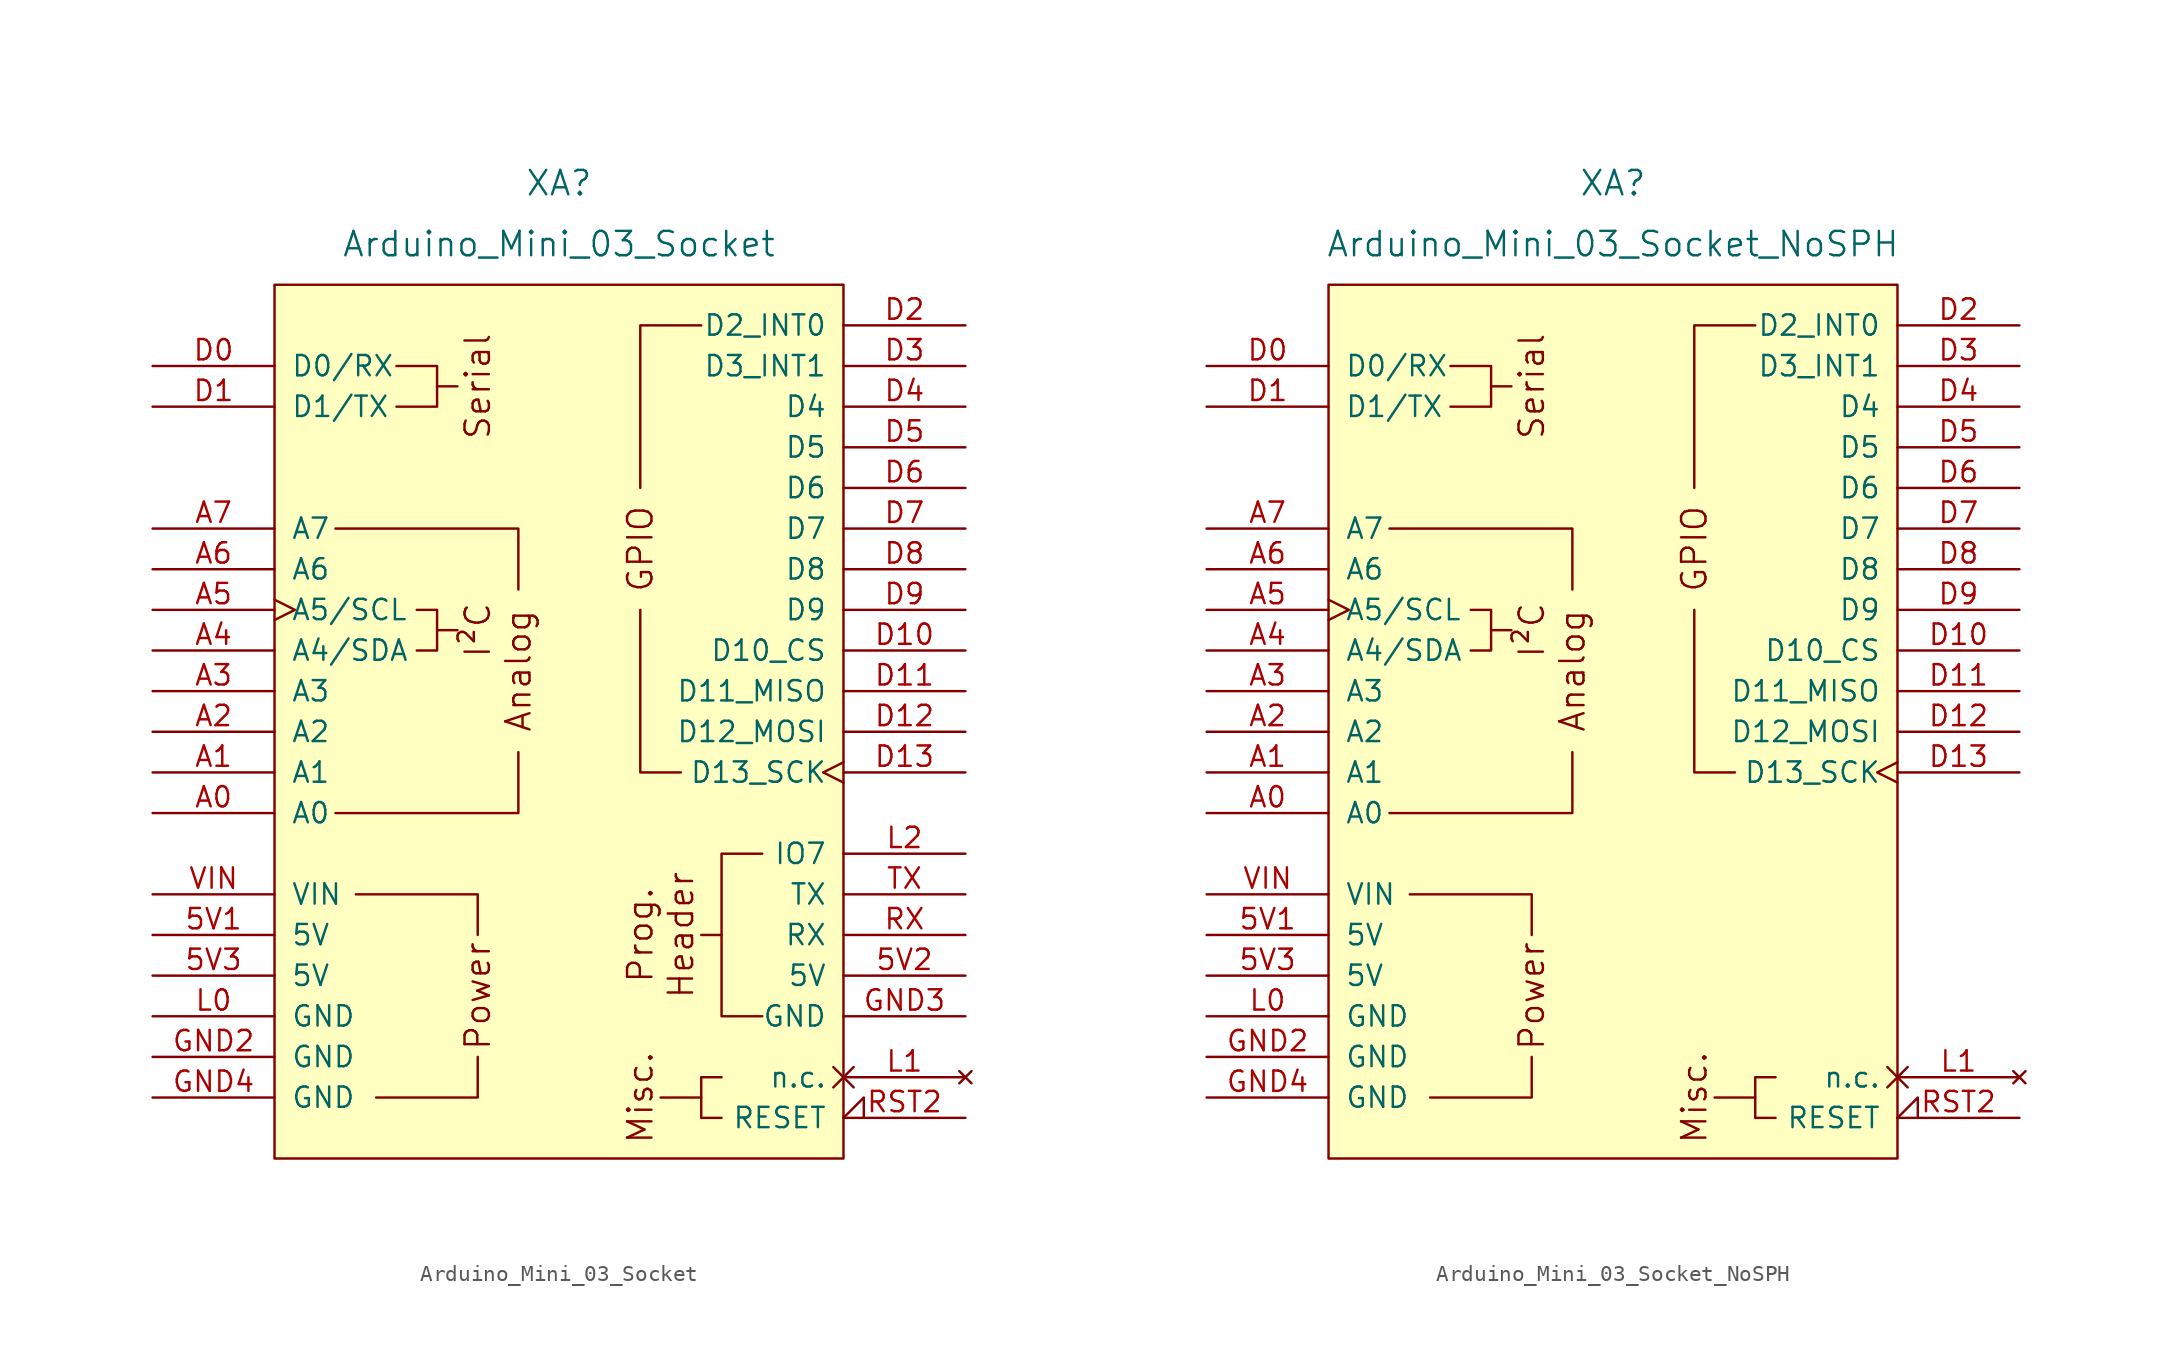
<source format=kicad_sym>
(kicad_symbol_lib
  (version 20211014)
  (generator kicad_symbol_editor)
  (symbol "Arduino_Mini_03_Socket"
    (pin_names
      (offset 1.016))
    (property "Reference" "XA"
      (at 0 34.29 0)
      (effects (font (size 1.524 1.524))))
    (property "Value" "Arduino_Mini_03_Socket"
      (at 0 30.48 0)
      (effects (font (size 1.524 1.524))))
    (symbol "Arduino_Mini_03_Socket_0_0"
      (rectangle (start -17.78 27.94) (end 17.78 -26.67) (stroke (width 0) (type default) (color 0 0 0 0)) (fill (type background)))
      (polyline (pts (xy -7.62 6.35) (xy -6.35 6.35)) (stroke (width 0) (type default) (color 0 0 0 0)) (fill (type none)))
      (polyline (pts (xy -7.62 21.59) (xy -6.35 21.59)) (stroke (width 0) (type default) (color 0 0 0 0)) (fill (type none)))
      (polyline (pts (xy 8.89 -22.86) (xy 6.35 -22.86)) (stroke (width 0) (type default) (color 0 0 0 0)) (fill (type none)))
      (polyline (pts (xy -11.43 -22.86) (xy -5.08 -22.86) (xy -5.08 -20.32)) (stroke (width 0) (type default) (color 0 0 0 0)) (fill (type none)))
      (polyline (pts (xy -5.08 -12.7) (xy -5.08 -10.16) (xy -12.7 -10.16)) (stroke (width 0) (type default) (color 0 0 0 0)) (fill (type none)))
      (polyline (pts (xy -2.54 -1.27) (xy -2.54 -5.08) (xy -13.97 -5.08)) (stroke (width 0) (type default) (color 0 0 0 0)) (fill (type none)))
      (polyline (pts (xy -2.54 8.89) (xy -2.54 12.7) (xy -13.97 12.7)) (stroke (width 0) (type default) (color 0 0 0 0)) (fill (type none)))
      (polyline (pts (xy 10.16 -12.7) (xy 10.16 -17.78) (xy 12.7 -17.78)) (stroke (width 0) (type default) (color 0 0 0 0)) (fill (type none)))
      (polyline (pts (xy -10.16 22.86) (xy -7.62 22.86) (xy -7.62 20.32) (xy -10.16 20.32)) (stroke (width 0) (type default) (color 0 0 0 0)) (fill (type none)))
      (polyline (pts (xy -8.89 7.62) (xy -7.62 7.62) (xy -7.62 5.08) (xy -8.89 5.08)) (stroke (width 0) (type default) (color 0 0 0 0)) (fill (type none)))
      (polyline (pts (xy 12.7 -7.62) (xy 10.16 -7.62) (xy 10.16 -12.7) (xy 8.89 -12.7)) (stroke (width 0) (type default) (color 0 0 0 0)) (fill (type none)))
      (text "Analog" (at -2.54 3.81 900) (effects (font (size 1.524 1.524))))
      (text "Header" (at 7.62 -12.7 900) (effects (font (size 1.524 1.524))))
      (text "I²C" (at -5.08 6.35 900) (effects (font (size 1.524 1.524))))
      (text "Misc." (at 5.08 -22.86 900) (effects (font (size 1.524 1.524))))
      (text "Power" (at -5.08 -16.51 900) (effects (font (size 1.524 1.524))))
      (text "Prog." (at 5.08 -12.7 900) (effects (font (size 1.524 1.524))))
      (text "Serial" (at -5.08 21.59 900) (effects (font (size 1.524 1.524)))))
    (symbol "Arduino_Mini_03_Socket_0_1"
      (polyline (pts (xy 7.62 -2.54) (xy 5.08 -2.54) (xy 5.08 7.62)) (stroke (width 0) (type default) (color 0 0 0 0)) (fill (type none)))
      (polyline (pts (xy 8.89 25.4) (xy 5.08 25.4) (xy 5.08 15.24)) (stroke (width 0) (type default) (color 0 0 0 0)) (fill (type none)))
      (polyline (pts (xy 10.16 -21.59) (xy 8.89 -21.59) (xy 8.89 -24.13) (xy 10.16 -24.13)) (stroke (width 0) (type default) (color 0 0 0 0)) (fill (type none))))
    (symbol "Arduino_Mini_03_Socket_1_0"
      (text "GPIO" (at 5.08 11.43 900) (effects (font (size 1.524 1.524)))))
    (symbol "Arduino_Mini_03_Socket_1_1"
      (pin power_in line (at -25.4 -12.7 0) (length 7.62) (name "5V" (effects (font (size 1.27 1.27)))) (number "5V1" (effects (font (size 1.27 1.27)))))
      (pin power_in line (at 25.4 -15.24 180) (length 7.62) (name "5V" (effects (font (size 1.27 1.27)))) (number "5V2" (effects (font (size 1.27 1.27)))))
      (pin power_in line (at -25.4 -15.24 0) (length 7.62) (name "5V" (effects (font (size 1.27 1.27)))) (number "5V3" (effects (font (size 1.27 1.27)))))
      (pin bidirectional line (at -25.4 -5.08 0) (length 7.62) (name "A0" (effects (font (size 1.27 1.27)))) (number "A0" (effects (font (size 1.27 1.27)))))
      (pin bidirectional line (at -25.4 -2.54 0) (length 7.62) (name "A1" (effects (font (size 1.27 1.27)))) (number "A1" (effects (font (size 1.27 1.27)))))
      (pin bidirectional line (at -25.4 0 0) (length 7.62) (name "A2" (effects (font (size 1.27 1.27)))) (number "A2" (effects (font (size 1.27 1.27)))))
      (pin bidirectional line (at -25.4 2.54 0) (length 7.62) (name "A3" (effects (font (size 1.27 1.27)))) (number "A3" (effects (font (size 1.27 1.27)))))
      (pin bidirectional line (at -25.4 5.08 0) (length 7.62) (name "A4/SDA" (effects (font (size 1.27 1.27)))) (number "A4" (effects (font (size 1.27 1.27)))))
      (pin bidirectional clock (at -25.4 7.62 0) (length 7.62) (name "A5/SCL" (effects (font (size 1.27 1.27)))) (number "A5" (effects (font (size 1.27 1.27)))))
      (pin input line (at -25.4 10.16 0) (length 7.62) (name "A6" (effects (font (size 1.27 1.27)))) (number "A6" (effects (font (size 1.27 1.27)))))
      (pin input line (at -25.4 12.7 0) (length 7.62) (name "A7" (effects (font (size 1.27 1.27)))) (number "A7" (effects (font (size 1.27 1.27)))))
      (pin bidirectional line (at -25.4 22.86 0) (length 7.62) (name "D0/RX" (effects (font (size 1.27 1.27)))) (number "D0" (effects (font (size 1.27 1.27)))))
      (pin bidirectional line (at -25.4 20.32 0) (length 7.62) (name "D1/TX" (effects (font (size 1.27 1.27)))) (number "D1" (effects (font (size 1.27 1.27)))))
      (pin bidirectional line (at 25.4 5.08 180) (length 7.62) (name "D10_CS" (effects (font (size 1.27 1.27)))) (number "D10" (effects (font (size 1.27 1.27)))))
      (pin bidirectional line (at 25.4 2.54 180) (length 7.62) (name "D11_MISO" (effects (font (size 1.27 1.27)))) (number "D11" (effects (font (size 1.27 1.27)))))
      (pin bidirectional line (at 25.4 0 180) (length 7.62) (name "D12_MOSI" (effects (font (size 1.27 1.27)))) (number "D12" (effects (font (size 1.27 1.27)))))
      (pin bidirectional clock (at 25.4 -2.54 180) (length 7.62) (name "D13_SCK" (effects (font (size 1.27 1.27)))) (number "D13" (effects (font (size 1.27 1.27)))))
      (pin bidirectional line (at 25.4 25.4 180) (length 7.62) (name "D2_INT0" (effects (font (size 1.27 1.27)))) (number "D2" (effects (font (size 1.27 1.27)))))
      (pin bidirectional line (at 25.4 22.86 180) (length 7.62) (name "D3_INT1" (effects (font (size 1.27 1.27)))) (number "D3" (effects (font (size 1.27 1.27)))))
      (pin bidirectional line (at 25.4 20.32 180) (length 7.62) (name "D4" (effects (font (size 1.27 1.27)))) (number "D4" (effects (font (size 1.27 1.27)))))
      (pin bidirectional line (at 25.4 17.78 180) (length 7.62) (name "D5" (effects (font (size 1.27 1.27)))) (number "D5" (effects (font (size 1.27 1.27)))))
      (pin bidirectional line (at 25.4 15.24 180) (length 7.62) (name "D6" (effects (font (size 1.27 1.27)))) (number "D6" (effects (font (size 1.27 1.27)))))
      (pin bidirectional line (at 25.4 12.7 180) (length 7.62) (name "D7" (effects (font (size 1.27 1.27)))) (number "D7" (effects (font (size 1.27 1.27)))))
      (pin bidirectional line (at 25.4 10.16 180) (length 7.62) (name "D8" (effects (font (size 1.27 1.27)))) (number "D8" (effects (font (size 1.27 1.27)))))
      (pin bidirectional line (at 25.4 7.62 180) (length 7.62) (name "D9" (effects (font (size 1.27 1.27)))) (number "D9" (effects (font (size 1.27 1.27)))))
      (pin power_in line (at -25.4 -20.32 0) (length 7.62) (name "GND" (effects (font (size 1.27 1.27)))) (number "GND2" (effects (font (size 1.27 1.27)))))
      (pin power_in line (at 25.4 -17.78 180) (length 7.62) (name "GND" (effects (font (size 1.27 1.27)))) (number "GND3" (effects (font (size 1.27 1.27)))))
      (pin power_in line (at -25.4 -22.86 0) (length 7.62) (name "GND" (effects (font (size 1.27 1.27)))) (number "GND4" (effects (font (size 1.27 1.27)))))
      (pin power_in line (at -25.4 -17.78 0) (length 7.62) (name "GND" (effects (font (size 1.27 1.27)))) (number "L0" (effects (font (size 1.27 1.27)))))
      (pin no_connect non_logic (at 25.4 -21.59 180) (length 7.62) (name "n.c." (effects (font (size 1.27 1.27)))) (number "L1" (effects (font (size 1.27 1.27)))))
      (pin bidirectional line (at 25.4 -7.62 180) (length 7.62) (name "IO7" (effects (font (size 1.27 1.27)))) (number "L2" (effects (font (size 1.27 1.27)))))
      (pin open_collector input_low (at 25.4 -24.13 180) (length 7.62) (name "RESET" (effects (font (size 1.27 1.27)))) (number "RST2" (effects (font (size 1.27 1.27)))))
      (pin bidirectional line (at 25.4 -12.7 180) (length 7.62) (name "RX" (effects (font (size 1.27 1.27)))) (number "RX" (effects (font (size 1.27 1.27)))))
      (pin bidirectional line (at 25.4 -10.16 180) (length 7.62) (name "TX" (effects (font (size 1.27 1.27)))) (number "TX" (effects (font (size 1.27 1.27)))))
      (pin power_in line (at -25.4 -10.16 0) (length 7.62) (name "VIN" (effects (font (size 1.27 1.27)))) (number "VIN" (effects (font (size 1.27 1.27)))))))
  (symbol "Arduino_Mini_03_Socket_NoSPH"
    (pin_names
      (offset 1.016))
    (property "Reference" "XA"
      (at 0 34.29 0)
      (effects (font (size 1.524 1.524))))
    (property "Value" "Arduino_Mini_03_Socket_NoSPH"
      (at 0 30.48 0)
      (effects (font (size 1.524 1.524))))
    (symbol "Arduino_Mini_03_Socket_NoSPH_0_0"
      (rectangle (start -17.78 27.94) (end 17.78 -26.67) (stroke (width 0) (type default) (color 0 0 0 0)) (fill (type background)))
      (polyline (pts (xy -7.62 6.35) (xy -6.35 6.35)) (stroke (width 0) (type default) (color 0 0 0 0)) (fill (type none)))
      (polyline (pts (xy -7.62 21.59) (xy -6.35 21.59)) (stroke (width 0) (type default) (color 0 0 0 0)) (fill (type none)))
      (polyline (pts (xy 8.89 -22.86) (xy 6.35 -22.86)) (stroke (width 0) (type default) (color 0 0 0 0)) (fill (type none)))
      (polyline (pts (xy -11.43 -22.86) (xy -5.08 -22.86) (xy -5.08 -20.32)) (stroke (width 0) (type default) (color 0 0 0 0)) (fill (type none)))
      (polyline (pts (xy -5.08 -12.7) (xy -5.08 -10.16) (xy -12.7 -10.16)) (stroke (width 0) (type default) (color 0 0 0 0)) (fill (type none)))
      (polyline (pts (xy -2.54 -1.27) (xy -2.54 -5.08) (xy -13.97 -5.08)) (stroke (width 0) (type default) (color 0 0 0 0)) (fill (type none)))
      (polyline (pts (xy -2.54 8.89) (xy -2.54 12.7) (xy -13.97 12.7)) (stroke (width 0) (type default) (color 0 0 0 0)) (fill (type none)))
      (polyline (pts (xy -10.16 22.86) (xy -7.62 22.86) (xy -7.62 20.32) (xy -10.16 20.32)) (stroke (width 0) (type default) (color 0 0 0 0)) (fill (type none)))
      (polyline (pts (xy -8.89 7.62) (xy -7.62 7.62) (xy -7.62 5.08) (xy -8.89 5.08)) (stroke (width 0) (type default) (color 0 0 0 0)) (fill (type none)))
      (text "Analog" (at -2.54 3.81 900) (effects (font (size 1.524 1.524))))
      (text "I²C" (at -5.08 6.35 900) (effects (font (size 1.524 1.524))))
      (text "Misc." (at 5.08 -22.86 900) (effects (font (size 1.524 1.524))))
      (text "Power" (at -5.08 -16.51 900) (effects (font (size 1.524 1.524))))
      (text "Serial" (at -5.08 21.59 900) (effects (font (size 1.524 1.524)))))
    (symbol "Arduino_Mini_03_Socket_NoSPH_0_1"
      (polyline (pts (xy 7.62 -2.54) (xy 5.08 -2.54) (xy 5.08 7.62)) (stroke (width 0) (type default) (color 0 0 0 0)) (fill (type none)))
      (polyline (pts (xy 8.89 25.4) (xy 5.08 25.4) (xy 5.08 15.24)) (stroke (width 0) (type default) (color 0 0 0 0)) (fill (type none)))
      (polyline (pts (xy 10.16 -21.59) (xy 8.89 -21.59) (xy 8.89 -24.13) (xy 10.16 -24.13)) (stroke (width 0) (type default) (color 0 0 0 0)) (fill (type none))))
    (symbol "Arduino_Mini_03_Socket_NoSPH_1_0"
      (text "GPIO" (at 5.08 11.43 900) (effects (font (size 1.524 1.524)))))
    (symbol "Arduino_Mini_03_Socket_NoSPH_1_1"
      (pin power_in line (at -25.4 -12.7 0) (length 7.62) (name "5V" (effects (font (size 1.27 1.27)))) (number "5V1" (effects (font (size 1.27 1.27)))))
      (pin power_in line (at -25.4 -15.24 0) (length 7.62) (name "5V" (effects (font (size 1.27 1.27)))) (number "5V3" (effects (font (size 1.27 1.27)))))
      (pin bidirectional line (at -25.4 -5.08 0) (length 7.62) (name "A0" (effects (font (size 1.27 1.27)))) (number "A0" (effects (font (size 1.27 1.27)))))
      (pin bidirectional line (at -25.4 -2.54 0) (length 7.62) (name "A1" (effects (font (size 1.27 1.27)))) (number "A1" (effects (font (size 1.27 1.27)))))
      (pin bidirectional line (at -25.4 0 0) (length 7.62) (name "A2" (effects (font (size 1.27 1.27)))) (number "A2" (effects (font (size 1.27 1.27)))))
      (pin bidirectional line (at -25.4 2.54 0) (length 7.62) (name "A3" (effects (font (size 1.27 1.27)))) (number "A3" (effects (font (size 1.27 1.27)))))
      (pin bidirectional line (at -25.4 5.08 0) (length 7.62) (name "A4/SDA" (effects (font (size 1.27 1.27)))) (number "A4" (effects (font (size 1.27 1.27)))))
      (pin bidirectional clock (at -25.4 7.62 0) (length 7.62) (name "A5/SCL" (effects (font (size 1.27 1.27)))) (number "A5" (effects (font (size 1.27 1.27)))))
      (pin input line (at -25.4 10.16 0) (length 7.62) (name "A6" (effects (font (size 1.27 1.27)))) (number "A6" (effects (font (size 1.27 1.27)))))
      (pin input line (at -25.4 12.7 0) (length 7.62) (name "A7" (effects (font (size 1.27 1.27)))) (number "A7" (effects (font (size 1.27 1.27)))))
      (pin bidirectional line (at -25.4 22.86 0) (length 7.62) (name "D0/RX" (effects (font (size 1.27 1.27)))) (number "D0" (effects (font (size 1.27 1.27)))))
      (pin bidirectional line (at -25.4 20.32 0) (length 7.62) (name "D1/TX" (effects (font (size 1.27 1.27)))) (number "D1" (effects (font (size 1.27 1.27)))))
      (pin bidirectional line (at 25.4 5.08 180) (length 7.62) (name "D10_CS" (effects (font (size 1.27 1.27)))) (number "D10" (effects (font (size 1.27 1.27)))))
      (pin bidirectional line (at 25.4 2.54 180) (length 7.62) (name "D11_MISO" (effects (font (size 1.27 1.27)))) (number "D11" (effects (font (size 1.27 1.27)))))
      (pin bidirectional line (at 25.4 0 180) (length 7.62) (name "D12_MOSI" (effects (font (size 1.27 1.27)))) (number "D12" (effects (font (size 1.27 1.27)))))
      (pin bidirectional clock (at 25.4 -2.54 180) (length 7.62) (name "D13_SCK" (effects (font (size 1.27 1.27)))) (number "D13" (effects (font (size 1.27 1.27)))))
      (pin bidirectional line (at 25.4 25.4 180) (length 7.62) (name "D2_INT0" (effects (font (size 1.27 1.27)))) (number "D2" (effects (font (size 1.27 1.27)))))
      (pin bidirectional line (at 25.4 22.86 180) (length 7.62) (name "D3_INT1" (effects (font (size 1.27 1.27)))) (number "D3" (effects (font (size 1.27 1.27)))))
      (pin bidirectional line (at 25.4 20.32 180) (length 7.62) (name "D4" (effects (font (size 1.27 1.27)))) (number "D4" (effects (font (size 1.27 1.27)))))
      (pin bidirectional line (at 25.4 17.78 180) (length 7.62) (name "D5" (effects (font (size 1.27 1.27)))) (number "D5" (effects (font (size 1.27 1.27)))))
      (pin bidirectional line (at 25.4 15.24 180) (length 7.62) (name "D6" (effects (font (size 1.27 1.27)))) (number "D6" (effects (font (size 1.27 1.27)))))
      (pin bidirectional line (at 25.4 12.7 180) (length 7.62) (name "D7" (effects (font (size 1.27 1.27)))) (number "D7" (effects (font (size 1.27 1.27)))))
      (pin bidirectional line (at 25.4 10.16 180) (length 7.62) (name "D8" (effects (font (size 1.27 1.27)))) (number "D8" (effects (font (size 1.27 1.27)))))
      (pin bidirectional line (at 25.4 7.62 180) (length 7.62) (name "D9" (effects (font (size 1.27 1.27)))) (number "D9" (effects (font (size 1.27 1.27)))))
      (pin power_in line (at -25.4 -20.32 0) (length 7.62) (name "GND" (effects (font (size 1.27 1.27)))) (number "GND2" (effects (font (size 1.27 1.27)))))
      (pin power_in line (at -25.4 -22.86 0) (length 7.62) (name "GND" (effects (font (size 1.27 1.27)))) (number "GND4" (effects (font (size 1.27 1.27)))))
      (pin power_in line (at -25.4 -17.78 0) (length 7.62) (name "GND" (effects (font (size 1.27 1.27)))) (number "L0" (effects (font (size 1.27 1.27)))))
      (pin no_connect non_logic (at 25.4 -21.59 180) (length 7.62) (name "n.c." (effects (font (size 1.27 1.27)))) (number "L1" (effects (font (size 1.27 1.27)))))
      (pin open_collector input_low (at 25.4 -24.13 180) (length 7.62) (name "RESET" (effects (font (size 1.27 1.27)))) (number "RST2" (effects (font (size 1.27 1.27)))))
      (pin power_in line (at -25.4 -10.16 0) (length 7.62) (name "VIN" (effects (font (size 1.27 1.27)))) (number "VIN" (effects (font (size 1.27 1.27))))))))
</source>
